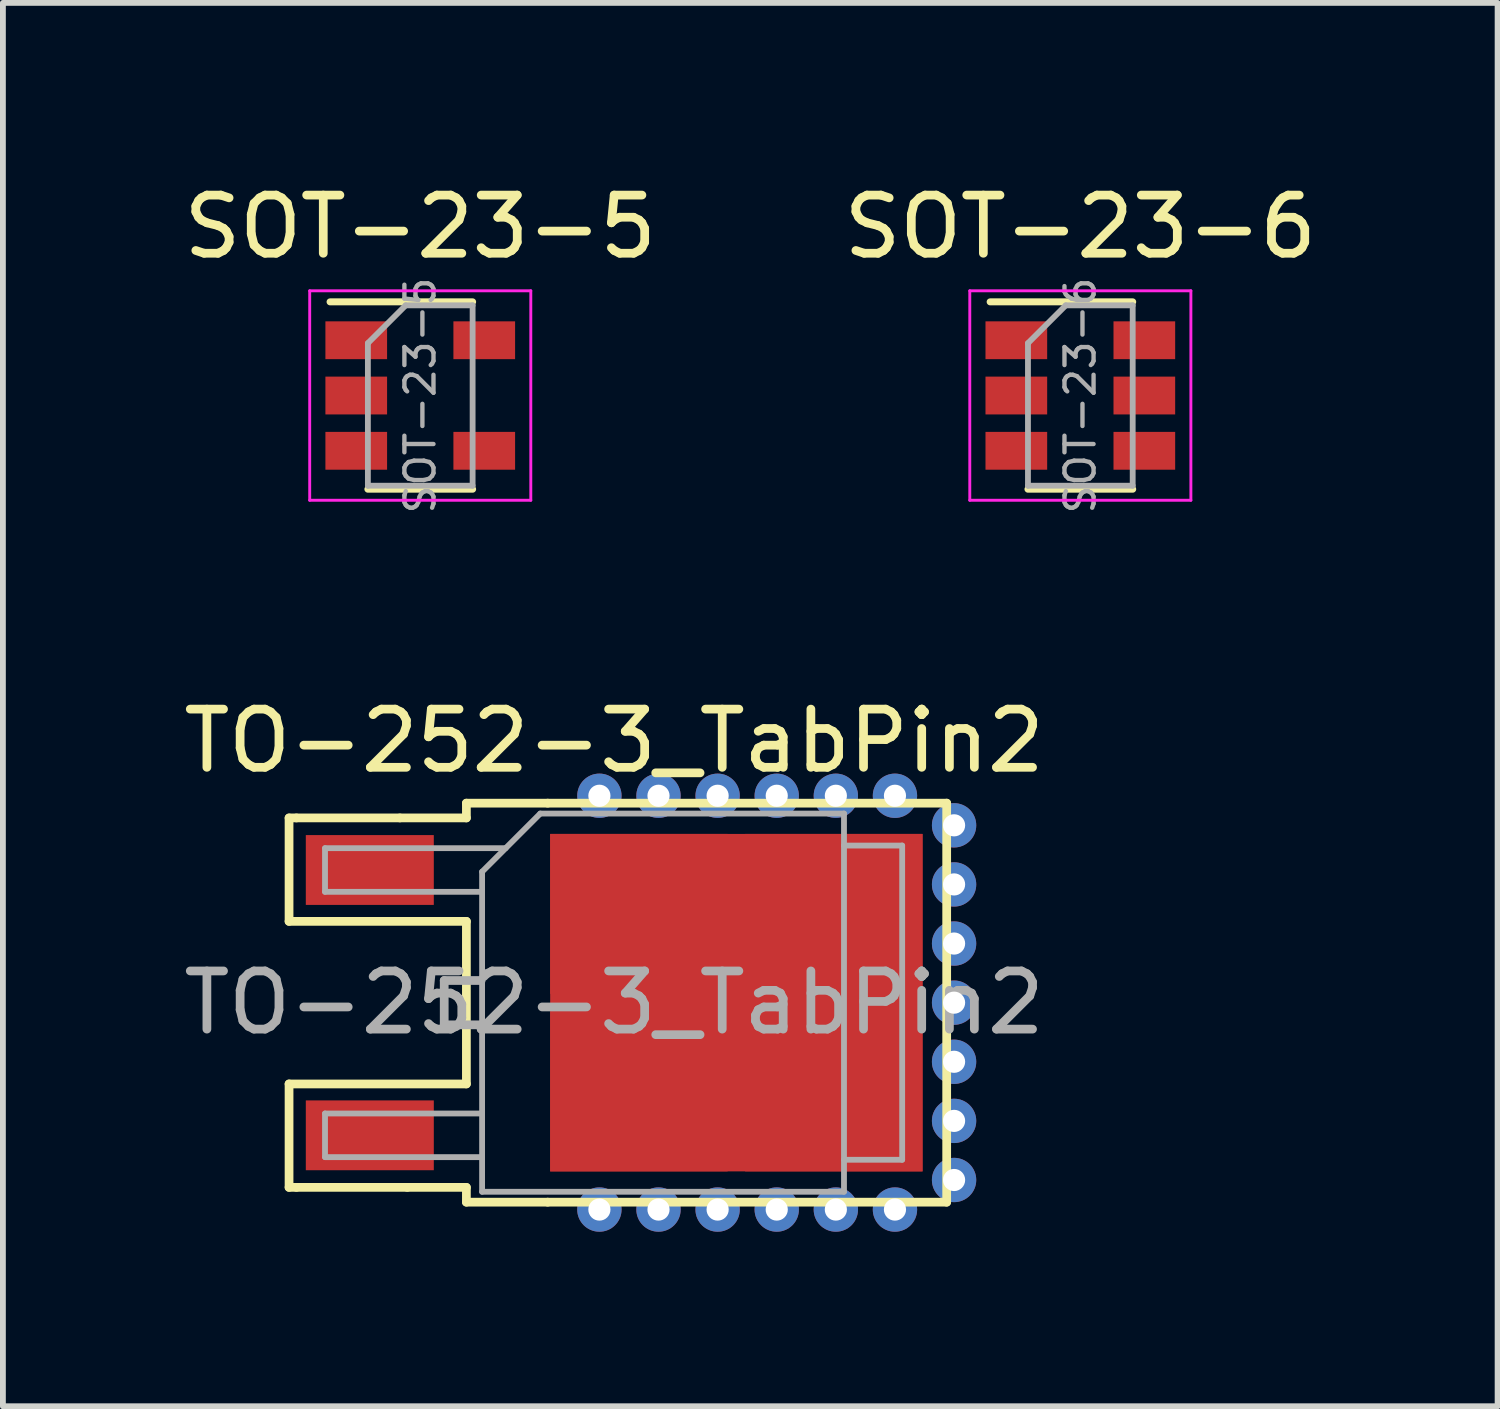
<source format=kicad_pcb>
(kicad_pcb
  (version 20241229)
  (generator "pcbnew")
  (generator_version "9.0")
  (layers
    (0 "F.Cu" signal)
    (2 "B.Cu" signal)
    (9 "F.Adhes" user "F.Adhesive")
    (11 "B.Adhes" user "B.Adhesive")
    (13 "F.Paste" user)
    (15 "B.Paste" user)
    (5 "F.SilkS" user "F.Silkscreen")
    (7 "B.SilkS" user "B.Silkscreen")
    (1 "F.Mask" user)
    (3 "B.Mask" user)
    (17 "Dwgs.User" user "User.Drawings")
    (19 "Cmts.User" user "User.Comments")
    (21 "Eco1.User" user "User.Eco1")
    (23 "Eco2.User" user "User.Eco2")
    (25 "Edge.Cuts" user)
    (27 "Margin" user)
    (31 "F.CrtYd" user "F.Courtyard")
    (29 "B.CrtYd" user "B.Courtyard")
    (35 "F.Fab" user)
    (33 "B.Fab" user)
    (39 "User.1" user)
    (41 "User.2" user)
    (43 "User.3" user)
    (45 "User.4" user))
  (footprint "TO-252-3_TabPin2"
    (layer "F.Cu")
    (at 7.506 14.183)
    (property "Reference" "TO-252-3_TabPin2" (at 0 -4.5 0) (layer "F.SilkS") (effects (font (size 1 1) (thickness 0.15))))
    (attr smd)
    (fp_line (start -5.588 -3.175) (end -5.588 -1.397) (stroke (width 0.15) (type solid)) (layer "F.SilkS"))
    (fp_line (start -5.588 -1.397) (end -2.54 -1.397) (stroke (width 0.15) (type solid)) (layer "F.SilkS"))
    (fp_line (start -5.588 1.397) (end -5.588 3.175) (stroke (width 0.15) (type solid)) (layer "F.SilkS"))
    (fp_line (start -5.588 3.175) (end -5.461 3.175) (stroke (width 0.15) (type solid)) (layer "F.SilkS"))
    (fp_line (start -5.461 -3.175) (end -5.588 -3.175) (stroke (width 0.15) (type solid)) (layer "F.SilkS"))
    (fp_line (start -5.461 -3.175) (end -3.683 -3.175) (stroke (width 0.15) (type solid)) (layer "F.SilkS"))
    (fp_line (start -3.683 -3.175) (end -2.54 -3.175) (stroke (width 0.15) (type solid)) (layer "F.SilkS"))
    (fp_line (start -3.556 3.175) (end -5.461 3.175) (stroke (width 0.15) (type solid)) (layer "F.SilkS"))
    (fp_line (start -3.556 3.175) (end -2.54 3.175) (stroke (width 0.15) (type solid)) (layer "F.SilkS"))
    (fp_line (start -2.54 -3.429) (end -1.143 -3.429) (stroke (width 0.15) (type solid)) (layer "F.SilkS"))
    (fp_line (start -2.54 -3.175) (end -2.54 -3.429) (stroke (width 0.15) (type solid)) (layer "F.SilkS"))
    (fp_line (start -2.54 -1.397) (end -2.54 1.397) (stroke (width 0.15) (type solid)) (layer "F.SilkS"))
    (fp_line (start -2.54 1.397) (end -5.588 1.397) (stroke (width 0.15) (type solid)) (layer "F.SilkS"))
    (fp_line (start -2.54 3.175) (end -2.54 3.429) (stroke (width 0.15) (type solid)) (layer "F.SilkS"))
    (fp_line (start -2.54 3.429) (end -1.143 3.429) (stroke (width 0.15) (type solid)) (layer "F.SilkS"))
    (fp_line (start -1.143 3.429) (end 5.715 3.429) (stroke (width 0.15) (type solid)) (layer "F.SilkS"))
    (fp_line (start 5.715 -3.429) (end -1.143 -3.429) (stroke (width 0.15) (type solid)) (layer "F.SilkS"))
    (fp_line (start 5.715 3.429) (end 5.715 -3.429) (stroke (width 0.15) (type solid)) (layer "F.SilkS"))
    (fp_line (start -4.97 -2.655) (end -4.97 -1.905) (stroke (width 0.1) (type solid)) (layer "F.Fab"))
    (fp_line (start -4.97 -1.905) (end -2.27 -1.905) (stroke (width 0.1) (type solid)) (layer "F.Fab"))
    (fp_line (start -4.97 1.905) (end -4.97 2.655) (stroke (width 0.1) (type solid)) (layer "F.Fab"))
    (fp_line (start -4.97 2.655) (end -2.27 2.655) (stroke (width 0.1) (type solid)) (layer "F.Fab"))
    (fp_line (start -2.921 -0.381) (end -2.921 0.381) (stroke (width 0.15) (type solid)) (layer "F.Fab"))
    (fp_line (start -2.921 0.381) (end -2.286 0.381) (stroke (width 0.15) (type solid)) (layer "F.Fab"))
    (fp_line (start -2.286 -0.381) (end -2.921 -0.381) (stroke (width 0.15) (type solid)) (layer "F.Fab"))
    (fp_line (start -2.27 -2.25) (end -1.27 -3.25) (stroke (width 0.1) (type solid)) (layer "F.Fab"))
    (fp_line (start -2.27 1.905) (end -4.97 1.905) (stroke (width 0.1) (type solid)) (layer "F.Fab"))
    (fp_line (start -2.27 3.25) (end -2.27 -2.25) (stroke (width 0.1) (type solid)) (layer "F.Fab"))
    (fp_line (start -1.865 -2.655) (end -4.97 -2.655) (stroke (width 0.1) (type solid)) (layer "F.Fab"))
    (fp_line (start -1.27 -3.25) (end 3.95 -3.25) (stroke (width 0.1) (type solid)) (layer "F.Fab"))
    (fp_line (start 3.95 -3.25) (end 3.95 3.25) (stroke (width 0.1) (type solid)) (layer "F.Fab"))
    (fp_line (start 3.95 -2.7) (end 4.95 -2.7) (stroke (width 0.1) (type solid)) (layer "F.Fab"))
    (fp_line (start 3.95 3.25) (end -2.27 3.25) (stroke (width 0.1) (type solid)) (layer "F.Fab"))
    (fp_line (start 4.95 -2.7) (end 4.95 2.7) (stroke (width 0.1) (type solid)) (layer "F.Fab"))
    (fp_line (start 4.95 2.7) (end 3.95 2.7) (stroke (width 0.1) (type solid)) (layer "F.Fab"))
    (fp_text user "${REFERENCE}" (at 0 0 0) (layer "F.Fab") (effects (font (size 1 1) (thickness 0.15))))
    (pad "1" smd rect (at -4.2 -2.28) (size 2.2 1.2) (layers "F.Cu" "F.Mask" "F.Paste"))
    (pad "2" thru_hole circle (at -0.254 -3.556) (size 0.762 0.762) (drill 0.381) (layers "*.Cu"))
    (pad "2" thru_hole circle (at -0.254 3.556) (size 0.762 0.762) (drill 0.381) (layers "*.Cu"))
    (pad "2" smd rect (at 0.425 -1.525) (size 3.05 2.75) (layers "F.Cu" "F.Paste"))
    (pad "2" smd rect (at 0.425 1.525) (size 3.05 2.75) (layers "F.Cu" "F.Paste"))
    (pad "2" thru_hole circle (at 0.762 -3.556) (size 0.762 0.762) (drill 0.381) (layers "*.Cu"))
    (pad "2" thru_hole circle (at 0.762 3.556) (size 0.762 0.762) (drill 0.381) (layers "*.Cu"))
    (pad "2" thru_hole circle (at 1.778 -3.556) (size 0.762 0.762) (drill 0.381) (layers "*.Cu"))
    (pad "2" thru_hole circle (at 1.778 3.556) (size 0.762 0.762) (drill 0.381) (layers "*.Cu"))
    (pad "2" smd rect (at 2.1 0) (size 6.4 5.8) (layers "F.Cu" "F.Mask"))
    (pad "2" thru_hole circle (at 2.794 -3.556) (size 0.762 0.762) (drill 0.381) (layers "*.Cu"))
    (pad "2" thru_hole circle (at 2.794 3.556) (size 0.762 0.762) (drill 0.381) (layers "*.Cu"))
    (pad "2" smd rect (at 3.775 -1.525) (size 3.05 2.75) (layers "F.Cu" "F.Paste"))
    (pad "2" smd rect (at 3.775 1.525) (size 3.05 2.75) (layers "F.Cu" "F.Paste"))
    (pad "2" thru_hole circle (at 3.81 -3.556) (size 0.762 0.762) (drill 0.381) (layers "*.Cu"))
    (pad "2" thru_hole circle (at 3.81 3.556) (size 0.762 0.762) (drill 0.381) (layers "*.Cu"))
    (pad "2" thru_hole circle (at 4.826 -3.556) (size 0.762 0.762) (drill 0.381) (layers "*.Cu"))
    (pad "2" thru_hole circle (at 4.826 3.556) (size 0.762 0.762) (drill 0.381) (layers "*.Cu"))
    (pad "2" thru_hole circle (at 5.842 -3.048) (size 0.762 0.762) (drill 0.381) (layers "*.Cu"))
    (pad "2" thru_hole circle (at 5.842 -2.032) (size 0.762 0.762) (drill 0.381) (layers "*.Cu"))
    (pad "2" thru_hole circle (at 5.842 -1.016) (size 0.762 0.762) (drill 0.381) (layers "*.Cu"))
    (pad "2" thru_hole circle (at 5.842 0) (size 0.762 0.762) (drill 0.381) (layers "*.Cu"))
    (pad "2" thru_hole circle (at 5.842 1.016) (size 0.762 0.762) (drill 0.381) (layers "*.Cu"))
    (pad "2" thru_hole circle (at 5.842 2.032) (size 0.762 0.762) (drill 0.381) (layers "*.Cu"))
    (pad "2" thru_hole circle (at 5.842 3.048) (size 0.762 0.762) (drill 0.381) (layers "*.Cu"))
    (pad "3" smd rect (at -4.2 2.28) (size 2.2 1.2) (layers "F.Cu" "F.Mask" "F.Paste")))
  (footprint "SOT-23-5"
    (layer "F.Cu")
    (at 4.173 3.748)
    (property "Reference" "SOT-23-5" (at 0 -2.9 0) (layer "F.SilkS") (effects (font (size 1 1) (thickness 0.15))))
    (attr smd)
    (fp_line (start -0.9 1.61) (end 0.9 1.61) (stroke (width 0.12) (type solid)) (layer "F.SilkS"))
    (fp_line (start 0.9 -1.61) (end -1.55 -1.61) (stroke (width 0.12) (type solid)) (layer "F.SilkS"))
    (fp_line (start -1.9 -1.8) (end 1.9 -1.8) (stroke (width 0.05) (type solid)) (layer "F.CrtYd"))
    (fp_line (start -1.9 1.8) (end -1.9 -1.8) (stroke (width 0.05) (type solid)) (layer "F.CrtYd"))
    (fp_line (start 1.9 -1.8) (end 1.9 1.8) (stroke (width 0.05) (type solid)) (layer "F.CrtYd"))
    (fp_line (start 1.9 1.8) (end -1.9 1.8) (stroke (width 0.05) (type solid)) (layer "F.CrtYd"))
    (fp_line (start -0.9 -0.9) (end -0.9 1.55) (stroke (width 0.1) (type solid)) (layer "F.Fab"))
    (fp_line (start -0.9 -0.9) (end -0.25 -1.55) (stroke (width 0.1) (type solid)) (layer "F.Fab"))
    (fp_line (start 0.9 -1.55) (end -0.25 -1.55) (stroke (width 0.1) (type solid)) (layer "F.Fab"))
    (fp_line (start 0.9 -1.55) (end 0.9 1.55) (stroke (width 0.1) (type solid)) (layer "F.Fab"))
    (fp_line (start 0.9 1.55) (end -0.9 1.55) (stroke (width 0.1) (type solid)) (layer "F.Fab"))
    (fp_text user "${REFERENCE}" (at 0 0 90) (layer "F.Fab") (effects (font (size 0.5 0.5) (thickness 0.075))))
    (pad "1" smd rect (at -1.1 -0.95) (size 1.06 0.65) (layers "F.Cu" "F.Mask" "F.Paste"))
    (pad "2" smd rect (at -1.1 0) (size 1.06 0.65) (layers "F.Cu" "F.Mask" "F.Paste"))
    (pad "3" smd rect (at -1.1 0.95) (size 1.06 0.65) (layers "F.Cu" "F.Mask" "F.Paste"))
    (pad "4" smd rect (at 1.1 0.95) (size 1.06 0.65) (layers "F.Cu" "F.Mask" "F.Paste"))
    (pad "5" smd rect (at 1.1 -0.95) (size 1.06 0.65) (layers "F.Cu" "F.Mask" "F.Paste")))
  (footprint "SOT-23-6"
    (layer "F.Cu")
    (at 15.518 3.748)
    (property "Reference" "SOT-23-6" (at 0 -2.9 0) (layer "F.SilkS") (effects (font (size 1 1) (thickness 0.15))))
    (attr smd)
    (fp_line (start -0.9 1.61) (end 0.9 1.61) (stroke (width 0.12) (type solid)) (layer "F.SilkS"))
    (fp_line (start 0.9 -1.61) (end -1.55 -1.61) (stroke (width 0.12) (type solid)) (layer "F.SilkS"))
    (fp_line (start -1.9 -1.8) (end -1.9 1.8) (stroke (width 0.05) (type solid)) (layer "F.CrtYd"))
    (fp_line (start -1.9 1.8) (end 1.9 1.8) (stroke (width 0.05) (type solid)) (layer "F.CrtYd"))
    (fp_line (start 1.9 -1.8) (end -1.9 -1.8) (stroke (width 0.05) (type solid)) (layer "F.CrtYd"))
    (fp_line (start 1.9 1.8) (end 1.9 -1.8) (stroke (width 0.05) (type solid)) (layer "F.CrtYd"))
    (fp_line (start -0.9 -0.9) (end -0.9 1.55) (stroke (width 0.1) (type solid)) (layer "F.Fab"))
    (fp_line (start -0.9 -0.9) (end -0.25 -1.55) (stroke (width 0.1) (type solid)) (layer "F.Fab"))
    (fp_line (start 0.9 -1.55) (end -0.25 -1.55) (stroke (width 0.1) (type solid)) (layer "F.Fab"))
    (fp_line (start 0.9 -1.55) (end 0.9 1.55) (stroke (width 0.1) (type solid)) (layer "F.Fab"))
    (fp_line (start 0.9 1.55) (end -0.9 1.55) (stroke (width 0.1) (type solid)) (layer "F.Fab"))
    (fp_text user "${REFERENCE}" (at 0 0 90) (layer "F.Fab") (effects (font (size 0.5 0.5) (thickness 0.075))))
    (pad "1" smd rect (at -1.1 -0.95) (size 1.06 0.65) (layers "F.Cu" "F.Mask" "F.Paste"))
    (pad "2" smd rect (at -1.1 0) (size 1.06 0.65) (layers "F.Cu" "F.Mask" "F.Paste"))
    (pad "3" smd rect (at -1.1 0.95) (size 1.06 0.65) (layers "F.Cu" "F.Mask" "F.Paste"))
    (pad "4" smd rect (at 1.1 0.95) (size 1.06 0.65) (layers "F.Cu" "F.Mask" "F.Paste"))
    (pad "5" smd rect (at 1.1 0) (size 1.06 0.65) (layers "F.Cu" "F.Mask" "F.Paste"))
    (pad "6" smd rect (at 1.1 -0.95) (size 1.06 0.65) (layers "F.Cu" "F.Mask" "F.Paste")))
  (gr_rect
    (start -3 -3)
    (end 22.69 21.12)
    (stroke (width 0.1) (type default))
    (fill no)
    (layer "Edge.Cuts")))
</source>
